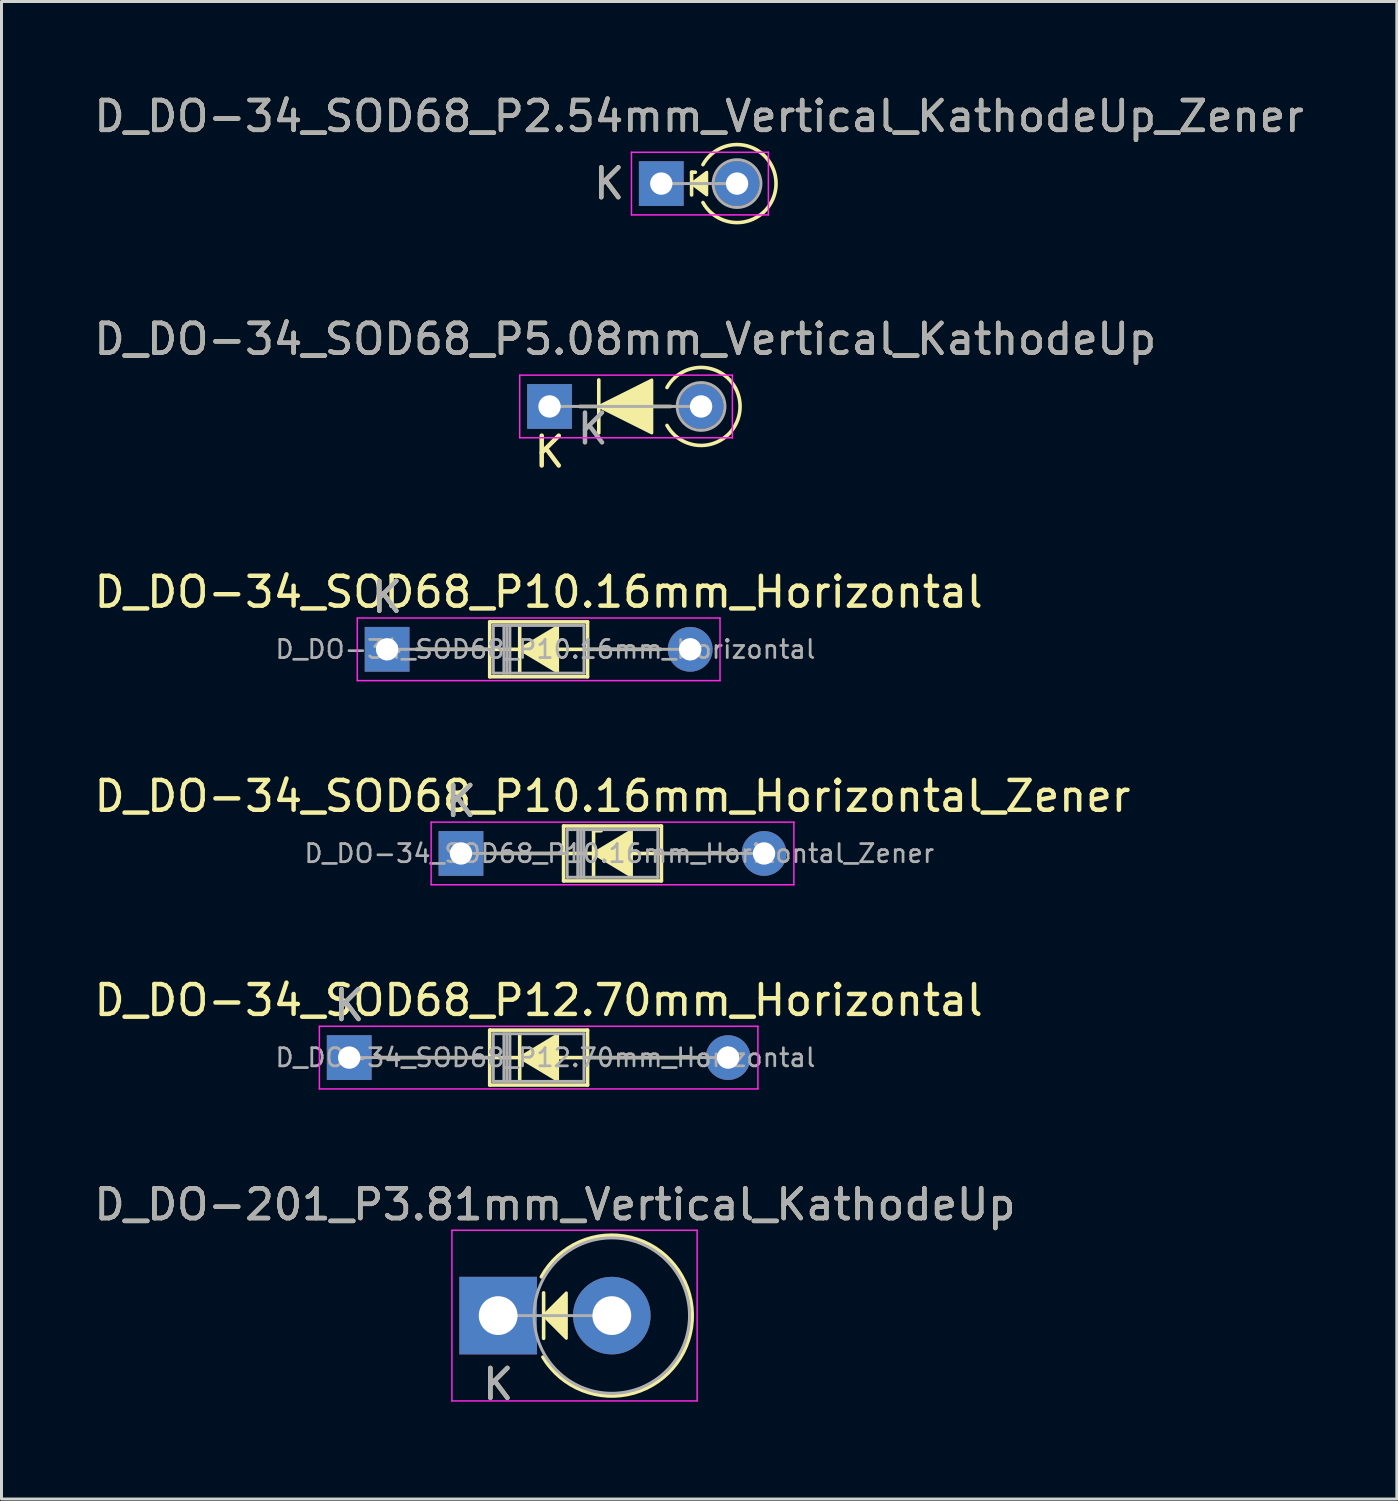
<source format=kicad_pcb>
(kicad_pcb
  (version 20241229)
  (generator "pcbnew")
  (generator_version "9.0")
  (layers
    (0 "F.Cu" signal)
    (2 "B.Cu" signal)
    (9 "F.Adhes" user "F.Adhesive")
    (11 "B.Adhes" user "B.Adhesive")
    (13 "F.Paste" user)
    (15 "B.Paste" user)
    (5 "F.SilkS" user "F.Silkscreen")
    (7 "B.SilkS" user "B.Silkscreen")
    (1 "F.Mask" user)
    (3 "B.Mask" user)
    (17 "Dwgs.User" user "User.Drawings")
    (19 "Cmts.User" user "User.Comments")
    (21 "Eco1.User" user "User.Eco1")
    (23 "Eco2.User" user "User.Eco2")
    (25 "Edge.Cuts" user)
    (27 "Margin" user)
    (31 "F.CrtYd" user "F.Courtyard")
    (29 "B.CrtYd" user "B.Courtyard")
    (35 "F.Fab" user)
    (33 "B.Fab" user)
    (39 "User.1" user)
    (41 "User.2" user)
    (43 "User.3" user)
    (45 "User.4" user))
  (footprint "D_DO-34_SOD68_P12.70mm_Horizontal"
    (layer "F.Cu")
    (at 8.656 32.402)
    (property "Reference" "D_DO-34_SOD68_P12.70mm_Horizontal" (at 6.35 -1.92 0) (layer "F.SilkS") (effects (font (size 1 1) (thickness 0.15))))
    (attr through_hole)
    (fp_line (start 0.99 0) (end 4.71 0) (stroke (width 0.12) (type solid)) (layer "F.SilkS"))
    (fp_line (start 4.71 -0.92) (end 4.71 0.92) (stroke (width 0.12) (type solid)) (layer "F.SilkS"))
    (fp_line (start 4.71 0.92) (end 7.99 0.92) (stroke (width 0.12) (type solid)) (layer "F.SilkS"))
    (fp_line (start 5.715 -0.762) (end 5.715 0.762) (stroke (width 0.12) (type solid)) (layer "F.SilkS"))
    (fp_line (start 5.8 0) (end 4.71 0) (stroke (width 0.12) (type solid)) (layer "F.SilkS"))
    (fp_line (start 6.985 0) (end 7.99 0) (stroke (width 0.12) (type solid)) (layer "F.SilkS"))
    (fp_line (start 7.99 -0.92) (end 4.71 -0.92) (stroke (width 0.12) (type solid)) (layer "F.SilkS"))
    (fp_line (start 7.99 0.92) (end 7.99 -0.92) (stroke (width 0.12) (type solid)) (layer "F.SilkS"))
    (fp_line (start 11.71 0) (end 7.99 0) (stroke (width 0.12) (type solid)) (layer "F.SilkS"))
    (fp_poly (pts (xy 6.985 0.762) (xy 5.715 0) (xy 6.985 -0.762)) (stroke (width 0.1) (type solid)) (fill yes) (layer "F.SilkS"))
    (fp_line (start -1 -1.05) (end -1 1.05) (stroke (width 0.05) (type solid)) (layer "F.CrtYd"))
    (fp_line (start -1 1.05) (end 13.7 1.05) (stroke (width 0.05) (type solid)) (layer "F.CrtYd"))
    (fp_line (start 13.7 -1.05) (end -1 -1.05) (stroke (width 0.05) (type solid)) (layer "F.CrtYd"))
    (fp_line (start 13.7 1.05) (end 13.7 -1.05) (stroke (width 0.05) (type solid)) (layer "F.CrtYd"))
    (fp_line (start 0 0) (end 4.83 0) (stroke (width 0.1) (type solid)) (layer "F.Fab"))
    (fp_line (start 4.83 -0.8) (end 4.83 0.8) (stroke (width 0.1) (type solid)) (layer "F.Fab"))
    (fp_line (start 4.83 0.8) (end 7.87 0.8) (stroke (width 0.1) (type solid)) (layer "F.Fab"))
    (fp_line (start 5.186 -0.8) (end 5.186 0.8) (stroke (width 0.1) (type solid)) (layer "F.Fab"))
    (fp_line (start 5.286 -0.8) (end 5.286 0.8) (stroke (width 0.1) (type solid)) (layer "F.Fab"))
    (fp_line (start 5.386 -0.8) (end 5.386 0.8) (stroke (width 0.1) (type solid)) (layer "F.Fab"))
    (fp_line (start 7.87 -0.8) (end 4.83 -0.8) (stroke (width 0.1) (type solid)) (layer "F.Fab"))
    (fp_line (start 7.87 0.8) (end 7.87 -0.8) (stroke (width 0.1) (type solid)) (layer "F.Fab"))
    (fp_line (start 12.7 0) (end 7.87 0) (stroke (width 0.1) (type solid)) (layer "F.Fab"))
    (fp_text user "K" (at 0 -1.75 0) (layer "F.SilkS") (effects (font (size 1 1) (thickness 0.15))))
    (fp_text user "${REFERENCE}" (at 6.578 0 0) (layer "F.Fab") (effects (font (size 0.608 0.608) (thickness 0.091))))
    (fp_text user "K" (at 0 -1.75 0) (layer "F.Fab") (effects (font (size 1 1) (thickness 0.15))))
    (pad "1" thru_hole rect (at 0 0) (size 1.5 1.5) (drill 0.75) (layers "*.Cu" "*.Mask"))
    (pad "2" thru_hole oval (at 12.7 0) (size 1.5 1.5) (drill 0.75) (layers "*.Cu" "*.Mask")))
  (footprint "D_DO-34_SOD68_P10.16mm_Horizontal"
    (layer "F.Cu")
    (at 9.926 18.716)
    (property "Reference" "D_DO-34_SOD68_P10.16mm_Horizontal" (at 5.08 -1.92 0) (layer "F.SilkS") (effects (font (size 1 1) (thickness 0.15))))
    (attr through_hole)
    (fp_line (start 0.99 0) (end 3.44 0) (stroke (width 0.12) (type solid)) (layer "F.SilkS"))
    (fp_line (start 3.44 -0.92) (end 3.44 0.92) (stroke (width 0.12) (type solid)) (layer "F.SilkS"))
    (fp_line (start 3.44 0.92) (end 6.72 0.92) (stroke (width 0.12) (type solid)) (layer "F.SilkS"))
    (fp_line (start 4.445 -0.762) (end 4.445 0.762) (stroke (width 0.12) (type solid)) (layer "F.SilkS"))
    (fp_line (start 4.5 0) (end 3.44 0) (stroke (width 0.12) (type solid)) (layer "F.SilkS"))
    (fp_line (start 5.715 0) (end 6.72 0) (stroke (width 0.12) (type solid)) (layer "F.SilkS"))
    (fp_line (start 6.72 -0.92) (end 3.44 -0.92) (stroke (width 0.12) (type solid)) (layer "F.SilkS"))
    (fp_line (start 6.72 0.92) (end 6.72 -0.92) (stroke (width 0.12) (type solid)) (layer "F.SilkS"))
    (fp_line (start 9.17 0) (end 6.72 0) (stroke (width 0.12) (type solid)) (layer "F.SilkS"))
    (fp_poly (pts (xy 5.715 0.762) (xy 4.445 0) (xy 5.715 -0.762)) (stroke (width 0.1) (type solid)) (fill yes) (layer "F.SilkS"))
    (fp_line (start -1 -1.05) (end -1 1.05) (stroke (width 0.05) (type solid)) (layer "F.CrtYd"))
    (fp_line (start -1 1.05) (end 11.16 1.05) (stroke (width 0.05) (type solid)) (layer "F.CrtYd"))
    (fp_line (start 11.16 -1.05) (end -1 -1.05) (stroke (width 0.05) (type solid)) (layer "F.CrtYd"))
    (fp_line (start 11.16 1.05) (end 11.16 -1.05) (stroke (width 0.05) (type solid)) (layer "F.CrtYd"))
    (fp_line (start 0 0) (end 3.56 0) (stroke (width 0.1) (type solid)) (layer "F.Fab"))
    (fp_line (start 3.56 -0.8) (end 3.56 0.8) (stroke (width 0.1) (type solid)) (layer "F.Fab"))
    (fp_line (start 3.56 0.8) (end 6.6 0.8) (stroke (width 0.1) (type solid)) (layer "F.Fab"))
    (fp_line (start 3.916 -0.8) (end 3.916 0.8) (stroke (width 0.1) (type solid)) (layer "F.Fab"))
    (fp_line (start 4.016 -0.8) (end 4.016 0.8) (stroke (width 0.1) (type solid)) (layer "F.Fab"))
    (fp_line (start 4.116 -0.8) (end 4.116 0.8) (stroke (width 0.1) (type solid)) (layer "F.Fab"))
    (fp_line (start 6.6 -0.8) (end 3.56 -0.8) (stroke (width 0.1) (type solid)) (layer "F.Fab"))
    (fp_line (start 6.6 0.8) (end 6.6 -0.8) (stroke (width 0.1) (type solid)) (layer "F.Fab"))
    (fp_line (start 10.16 0) (end 6.6 0) (stroke (width 0.1) (type solid)) (layer "F.Fab"))
    (fp_text user "K" (at 0 -1.75 0) (layer "F.SilkS") (effects (font (size 1 1) (thickness 0.15))))
    (fp_text user "K" (at 0 -1.75 0) (layer "F.Fab") (effects (font (size 1 1) (thickness 0.15))))
    (fp_text user "${REFERENCE}" (at 5.308 0 0) (layer "F.Fab") (effects (font (size 0.608 0.608) (thickness 0.091))))
    (pad "1" thru_hole rect (at 0 0) (size 1.5 1.5) (drill 0.75) (layers "*.Cu" "*.Mask"))
    (pad "2" thru_hole oval (at 10.16 0) (size 1.5 1.5) (drill 0.75) (layers "*.Cu" "*.Mask")))
  (footprint "D_DO-201_P3.81mm_Vertical_KathodeUp"
    (layer "F.Cu")
    (at 13.649 41.051)
    (property "Reference" "D_DO-201_P3.81mm_Vertical_KathodeUp" (at 1.905 -3.725 0) (layer "F.SilkS") (effects (font (size 1 1) (thickness 0.15))))
    (attr through_hole)
    (fp_line (start 1.524 -0.762) (end 1.524 0.762) (stroke (width 0.12) (type solid)) (layer "F.SilkS"))
    (fp_arc (start 1.448639 -1.3) (mid 6.505054 -0.052035) (end 1.50058 1.390181) (stroke (width 0.12) (type solid)) (layer "F.SilkS"))
    (fp_poly (pts (xy 2.286 0.762) (xy 1.524 0) (xy 2.286 -0.762)) (stroke (width 0.1) (type solid)) (fill yes) (layer "F.SilkS"))
    (fp_line (start -1.55 -2.86) (end -1.55 2.86) (stroke (width 0.05) (type solid)) (layer "F.CrtYd"))
    (fp_line (start -1.55 2.86) (end 6.67 2.86) (stroke (width 0.05) (type solid)) (layer "F.CrtYd"))
    (fp_line (start 6.67 -2.86) (end -1.55 -2.86) (stroke (width 0.05) (type solid)) (layer "F.CrtYd"))
    (fp_line (start 6.67 2.86) (end 6.67 -2.86) (stroke (width 0.05) (type solid)) (layer "F.CrtYd"))
    (fp_line (start 0 0) (end 3.81 0) (stroke (width 0.1) (type solid)) (layer "F.Fab"))
    (fp_circle (center 3.81 0) (end 6.415 0) (stroke (width 0.1) (type solid)) (fill no) (layer "F.Fab"))
    (fp_text user "K" (at 0 2.3 0) (layer "F.SilkS") (effects (font (size 1 1) (thickness 0.15))))
    (fp_text user "${REFERENCE}" (at 1.905 -3.725 0) (layer "F.Fab") (effects (font (size 1 1) (thickness 0.15))))
    (fp_text user "K" (at 0 2.3 0) (layer "F.Fab") (effects (font (size 1 1) (thickness 0.15))))
    (pad "1" thru_hole rect (at 0 0) (size 2.6 2.6) (drill 1.3) (layers "*.Cu" "*.Mask"))
    (pad "2" thru_hole oval (at 3.81 0) (size 2.6 2.6) (drill 1.3) (layers "*.Cu" "*.Mask")))
  (footprint "D_DO-34_SOD68_P10.16mm_Horizontal_Zener"
    (layer "F.Cu")
    (at 12.402 25.559)
    (property "Reference" "D_DO-34_SOD68_P10.16mm_Horizontal_Zener" (at 5.08 -1.92 0) (layer "F.SilkS") (effects (font (size 1 1) (thickness 0.15))))
    (attr through_hole)
    (fp_line (start 0.99 0) (end 3.44 0) (stroke (width 0.12) (type solid)) (layer "F.SilkS"))
    (fp_line (start 3.44 -0.92) (end 3.44 0.92) (stroke (width 0.12) (type solid)) (layer "F.SilkS"))
    (fp_line (start 3.44 0.92) (end 6.72 0.92) (stroke (width 0.12) (type solid)) (layer "F.SilkS"))
    (fp_line (start 4.445 -0.762) (end 4.445 0.762) (stroke (width 0.12) (type solid)) (layer "F.SilkS"))
    (fp_line (start 4.445 -0.762) (end 4.699 -0.762) (stroke (width 0.12) (type solid)) (layer "F.SilkS"))
    (fp_line (start 4.5 0) (end 3.44 0) (stroke (width 0.12) (type solid)) (layer "F.SilkS"))
    (fp_line (start 5.715 0) (end 6.72 0) (stroke (width 0.12) (type solid)) (layer "F.SilkS"))
    (fp_line (start 6.72 -0.92) (end 3.44 -0.92) (stroke (width 0.12) (type solid)) (layer "F.SilkS"))
    (fp_line (start 6.72 0.92) (end 6.72 -0.92) (stroke (width 0.12) (type solid)) (layer "F.SilkS"))
    (fp_line (start 9.17 0) (end 6.72 0) (stroke (width 0.12) (type solid)) (layer "F.SilkS"))
    (fp_poly (pts (xy 5.715 0.762) (xy 4.445 0) (xy 5.715 -0.762)) (stroke (width 0.1) (type solid)) (fill yes) (layer "F.SilkS"))
    (fp_line (start -1 -1.05) (end -1 1.05) (stroke (width 0.05) (type solid)) (layer "F.CrtYd"))
    (fp_line (start -1 1.05) (end 11.16 1.05) (stroke (width 0.05) (type solid)) (layer "F.CrtYd"))
    (fp_line (start 11.16 -1.05) (end -1 -1.05) (stroke (width 0.05) (type solid)) (layer "F.CrtYd"))
    (fp_line (start 11.16 1.05) (end 11.16 -1.05) (stroke (width 0.05) (type solid)) (layer "F.CrtYd"))
    (fp_line (start 0 0) (end 3.56 0) (stroke (width 0.1) (type solid)) (layer "F.Fab"))
    (fp_line (start 3.56 -0.8) (end 3.56 0.8) (stroke (width 0.1) (type solid)) (layer "F.Fab"))
    (fp_line (start 3.56 0.8) (end 6.6 0.8) (stroke (width 0.1) (type solid)) (layer "F.Fab"))
    (fp_line (start 3.916 -0.8) (end 3.916 0.8) (stroke (width 0.1) (type solid)) (layer "F.Fab"))
    (fp_line (start 4.016 -0.8) (end 4.016 0.8) (stroke (width 0.1) (type solid)) (layer "F.Fab"))
    (fp_line (start 4.116 -0.8) (end 4.116 0.8) (stroke (width 0.1) (type solid)) (layer "F.Fab"))
    (fp_line (start 6.6 -0.8) (end 3.56 -0.8) (stroke (width 0.1) (type solid)) (layer "F.Fab"))
    (fp_line (start 6.6 0.8) (end 6.6 -0.8) (stroke (width 0.1) (type solid)) (layer "F.Fab"))
    (fp_line (start 10.16 0) (end 6.6 0) (stroke (width 0.1) (type solid)) (layer "F.Fab"))
    (fp_text user "K" (at 0 -1.75 0) (layer "F.SilkS") (effects (font (size 1 1) (thickness 0.15))))
    (fp_text user "${REFERENCE}" (at 5.308 0 0) (layer "F.Fab") (effects (font (size 0.608 0.608) (thickness 0.091))))
    (fp_text user "K" (at 0 -1.75 0) (layer "F.Fab") (effects (font (size 1 1) (thickness 0.15))))
    (pad "1" thru_hole rect (at 0 0) (size 1.5 1.5) (drill 0.75) (layers "*.Cu" "*.Mask"))
    (pad "2" thru_hole oval (at 10.16 0) (size 1.5 1.5) (drill 0.75) (layers "*.Cu" "*.Mask")))
  (footprint "D_DO-34_SOD68_P5.08mm_Vertical_KathodeUp"
    (layer "F.Cu")
    (at 15.371 10.575)
    (property "Reference" "D_DO-34_SOD68_P5.08mm_Vertical_KathodeUp" (at 2.54 -2.256 0) (layer "F.SilkS") (effects (font (size 1 1) (thickness 0.15))))
    (attr through_hole)
    (fp_line (start 1.651 0.889) (end 1.651 -0.889) (stroke (width 0.12) (type solid)) (layer "F.SilkS"))
    (fp_line (start 4.064 0) (end 1.016 0) (stroke (width 0.12) (type solid)) (layer "F.SilkS"))
    (fp_arc (start 3.937 -0.634999) (mid 6.387543 0.000001) (end 3.937 0.635) (stroke (width 0.12) (type solid)) (layer "F.SilkS"))
    (fp_poly (pts (xy 3.429 0.889) (xy 1.651 0) (xy 3.429 -0.889)) (stroke (width 0.1) (type solid)) (fill yes) (layer "F.SilkS"))
    (fp_line (start -1 -1.05) (end -1 1.05) (stroke (width 0.05) (type solid)) (layer "F.CrtYd"))
    (fp_line (start -1 1.05) (end 6.13 1.05) (stroke (width 0.05) (type solid)) (layer "F.CrtYd"))
    (fp_line (start 6.13 -1.05) (end -1 -1.05) (stroke (width 0.05) (type solid)) (layer "F.CrtYd"))
    (fp_line (start 6.13 1.05) (end 6.13 -1.05) (stroke (width 0.05) (type solid)) (layer "F.CrtYd"))
    (fp_line (start 0 0) (end 5.08 0) (stroke (width 0.1) (type solid)) (layer "F.Fab"))
    (fp_circle (center 5.08 0) (end 5.88 0) (stroke (width 0.1) (type solid)) (fill no) (layer "F.Fab"))
    (fp_text user "K" (at 0 1.524 0) (layer "F.SilkS") (effects (font (size 1 1) (thickness 0.15))))
    (fp_text user "${REFERENCE}" (at 2.54 -2.256 0) (layer "F.Fab") (effects (font (size 1 1) (thickness 0.15))))
    (fp_text user "K" (at 1.45 0.75 0) (layer "F.Fab") (effects (font (size 1 1) (thickness 0.15))))
    (pad "1" thru_hole rect (at 0 0) (size 1.5 1.5) (drill 0.75) (layers "*.Cu" "*.Mask"))
    (pad "2" thru_hole oval (at 5.08 0) (size 1.5 1.5) (drill 0.75) (layers "*.Cu" "*.Mask")))
  (footprint "D_DO-34_SOD68_P2.54mm_Vertical_KathodeUp_Zener"
    (layer "F.Cu")
    (at 19.117 3.104)
    (property "Reference" "D_DO-34_SOD68_P2.54mm_Vertical_KathodeUp_Zener" (at 1.27 -2.256 0) (layer "F.SilkS") (effects (font (size 1 1) (thickness 0.15))))
    (attr through_hole)
    (fp_line (start 1.016 -0.381) (end 1.016 0.381) (stroke (width 0.12) (type solid)) (layer "F.SilkS"))
    (fp_line (start 1.016 -0.381) (end 1.143 -0.381) (stroke (width 0.12) (type solid)) (layer "F.SilkS"))
    (fp_arc (start 1.397 -0.635) (mid 3.847543 0) (end 1.397 0.634999) (stroke (width 0.12) (type solid)) (layer "F.SilkS"))
    (fp_poly (pts (xy 1.524 0.381) (xy 1.016 0) (xy 1.524 -0.381)) (stroke (width 0.1) (type solid)) (fill yes) (layer "F.SilkS"))
    (fp_line (start -1 -1.05) (end -1 1.05) (stroke (width 0.05) (type solid)) (layer "F.CrtYd"))
    (fp_line (start -1 1.05) (end 3.59 1.05) (stroke (width 0.05) (type solid)) (layer "F.CrtYd"))
    (fp_line (start 3.59 -1.05) (end -1 -1.05) (stroke (width 0.05) (type solid)) (layer "F.CrtYd"))
    (fp_line (start 3.59 1.05) (end 3.59 -1.05) (stroke (width 0.05) (type solid)) (layer "F.CrtYd"))
    (fp_line (start 0 0) (end 2.54 0) (stroke (width 0.1) (type solid)) (layer "F.Fab"))
    (fp_circle (center 2.54 0) (end 3.34 0) (stroke (width 0.1) (type solid)) (fill no) (layer "F.Fab"))
    (fp_text user "K" (at -1.75 0 0) (layer "F.SilkS") (effects (font (size 1 1) (thickness 0.15))))
    (fp_text user "${REFERENCE}" (at 1.27 -2.256 0) (layer "F.Fab") (effects (font (size 1 1) (thickness 0.15))))
    (fp_text user "K" (at -1.75 0 0) (layer "F.Fab") (effects (font (size 1 1) (thickness 0.15))))
    (pad "1" thru_hole rect (at 0 0) (size 1.5 1.5) (drill 0.75) (layers "*.Cu" "*.Mask"))
    (pad "2" thru_hole oval (at 2.54 0) (size 1.5 1.5) (drill 0.75) (layers "*.Cu" "*.Mask")))
  (gr_rect
    (start -3 -3)
    (end 43.774 47.199)
    (stroke (width 0.1) (type default))
    (fill no)
    (layer "Edge.Cuts")))
</source>
